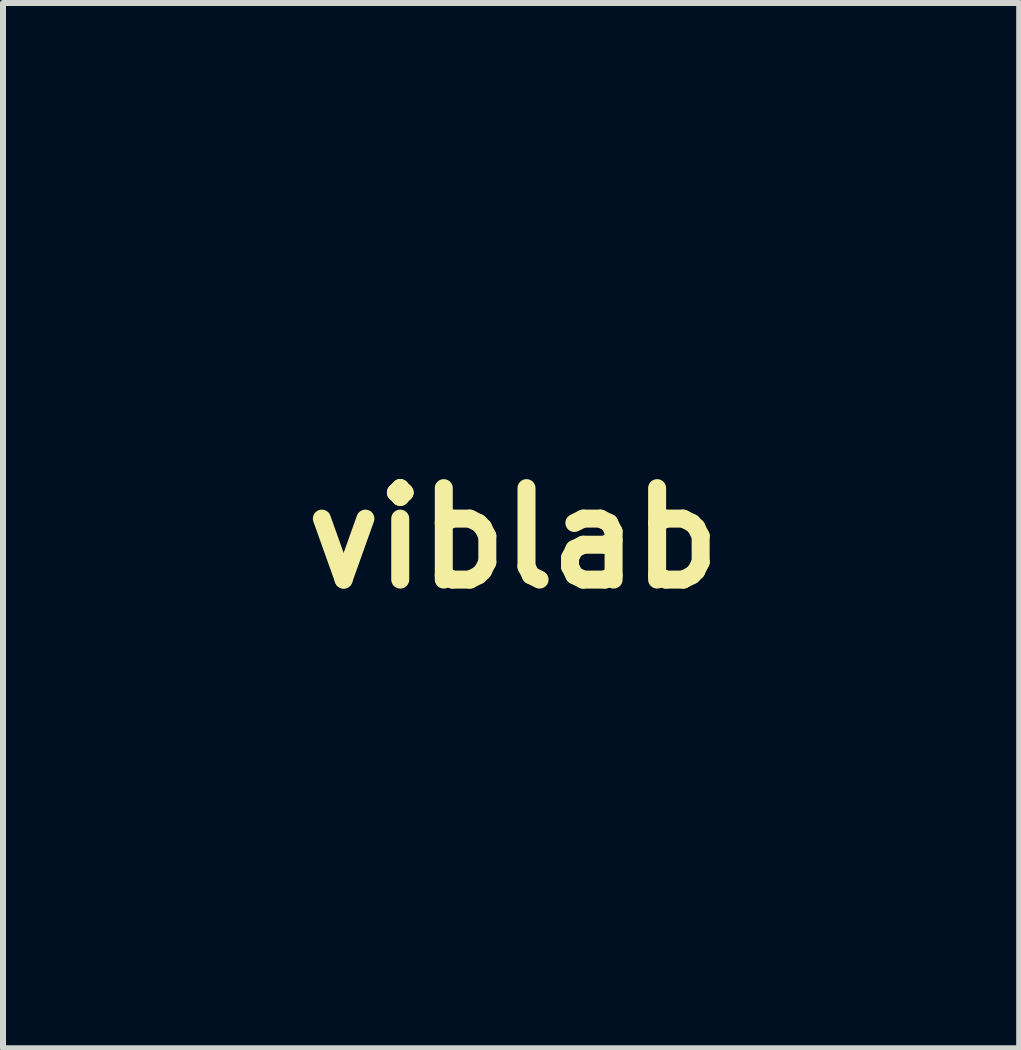
<source format=kicad_pcb>
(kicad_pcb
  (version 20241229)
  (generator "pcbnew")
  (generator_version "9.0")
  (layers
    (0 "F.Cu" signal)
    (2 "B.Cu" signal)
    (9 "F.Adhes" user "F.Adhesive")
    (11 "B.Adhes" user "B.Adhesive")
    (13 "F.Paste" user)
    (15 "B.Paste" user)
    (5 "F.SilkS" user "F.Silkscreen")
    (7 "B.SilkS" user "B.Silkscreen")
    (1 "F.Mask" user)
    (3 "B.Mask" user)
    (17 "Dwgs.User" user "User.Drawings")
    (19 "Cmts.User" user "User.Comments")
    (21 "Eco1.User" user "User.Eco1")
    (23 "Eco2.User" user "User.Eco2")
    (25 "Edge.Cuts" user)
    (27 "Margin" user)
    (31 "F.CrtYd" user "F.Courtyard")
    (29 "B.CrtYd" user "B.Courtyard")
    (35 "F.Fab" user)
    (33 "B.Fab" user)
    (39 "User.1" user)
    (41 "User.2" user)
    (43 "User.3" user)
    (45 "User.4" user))
  (footprint "viblab"
    (layer "F.Cu")
    (at 5.508 5.921)
    (property "Reference" "viblab" (at 0 0 0) (layer "F.SilkS") (effects (font (size 1.524 1.524) (thickness 0.3))))
    (attr through_hole)
    (fp_poly (pts (xy -4.916 -1.275) (xy -4.841 -1.131) (xy -4.843 -1.069) (xy -4.927 -0.922) (xy -5.08 -0.857) (xy -5.234 -0.888) (xy -5.304 -0.974) (xy -5.294 -1.143) (xy -5.234 -1.237) (xy -5.067 -1.319) (xy -4.916 -1.275)) (stroke (width 0.01) (type solid)) (fill yes) (layer "F.Mask"))
    (fp_poly (pts (xy -4.868 0.604) (xy -4.789 0.636) (xy -4.826 0.677) (xy -4.988 0.735) (xy -5.196 0.758) (xy -5.387 0.746) (xy -5.496 0.698) (xy -5.503 0.677) (xy -5.427 0.628) (xy -5.234 0.598) (xy -5.101 0.594) (xy -4.868 0.604)) (stroke (width 0.01) (type solid)) (fill yes) (layer "F.Mask"))
    (fp_poly (pts (xy 5.159 -1.309) (xy 5.219 -1.252) (xy 5.31 -1.078) (xy 5.268 -0.925) (xy 5.11 -0.848) (xy 5.08 -0.847) (xy 4.915 -0.904) (xy 4.854 -0.98) (xy 4.867 -1.139) (xy 4.941 -1.252) (xy 5.06 -1.346) (xy 5.159 -1.309)) (stroke (width 0.01) (type solid)) (fill yes) (layer "F.Mask"))
    (fp_poly (pts (xy 1.42 4.553) (xy 1.489 4.686) (xy 1.517 4.763) (xy 1.576 4.993) (xy 1.592 5.163) (xy 1.587 5.187) (xy 1.543 5.184) (xy 1.474 5.051) (xy 1.446 4.973) (xy 1.387 4.743) (xy 1.372 4.573) (xy 1.376 4.55) (xy 1.42 4.553)) (stroke (width 0.01) (type solid)) (fill yes) (layer "F.Mask"))
    (fp_poly (pts (xy 4.806 1.627) (xy 5.005 1.742) (xy 5.131 1.816) (xy 5.149 1.827) (xy 5.121 1.879) (xy 5.106 1.889) (xy 4.988 1.884) (xy 4.825 1.817) (xy 4.615 1.746) (xy 4.459 1.747) (xy 4.354 1.762) (xy 4.365 1.682) (xy 4.397 1.62) (xy 4.49 1.446) (xy 4.806 1.627)) (stroke (width 0.01) (type solid)) (fill yes) (layer "F.Mask"))
    (fp_poly (pts (xy -4.741 0.075) (xy -4.814 0.145) (xy -4.974 0.173) (xy -5.207 0.177) (xy -4.699 0.41) (xy -4.995 0.41) (xy -5.227 0.398) (xy -5.39 0.37) (xy -5.397 0.367) (xy -5.499 0.267) (xy -5.473 0.151) (xy -5.34 0.085) (xy -5.313 0.084) (xy -5.068 0.059) (xy -4.932 0.031) (xy -4.78 0.024) (xy -4.741 0.075)) (stroke (width 0.01) (type solid)) (fill yes) (layer "F.Mask"))
    (fp_poly (pts (xy 2.616 3.978) (xy 2.752 4.112) (xy 2.788 4.158) (xy 2.949 4.324) (xy 3.085 4.373) (xy 3.098 4.369) (xy 3.202 4.367) (xy 3.198 4.45) (xy 3.1 4.564) (xy 3.006 4.597) (xy 2.891 4.526) (xy 2.72 4.332) (xy 2.716 4.327) (xy 2.579 4.129) (xy 2.516 3.987) (xy 2.524 3.947) (xy 2.616 3.978)) (stroke (width 0.01) (type solid)) (fill yes) (layer "F.Mask"))
    (fp_poly (pts (xy 4.803 0.053) (xy 5.023 0.095) (xy 5.125 0.12) (xy 5.351 0.192) (xy 5.425 0.249) (xy 5.341 0.301) (xy 5.095 0.354) (xy 4.953 0.376) (xy 4.748 0.402) (xy 4.686 0.388) (xy 4.744 0.325) (xy 4.765 0.308) (xy 4.867 0.213) (xy 4.832 0.159) (xy 4.774 0.135) (xy 4.652 0.074) (xy 4.671 0.047) (xy 4.803 0.053)) (stroke (width 0.01) (type solid)) (fill yes) (layer "F.Mask"))
    (fp_poly (pts (xy 1.333 -5.718) (xy 1.369 -5.685) (xy 1.375 -5.603) (xy 1.35 -5.44) (xy 1.292 -5.166) (xy 1.232 -4.889) (xy 1.136 -4.511) (xy 1.045 -4.294) (xy 0.968 -4.233) (xy 0.859 -4.292) (xy 0.847 -4.339) (xy 0.864 -4.468) (xy 0.911 -4.713) (xy 0.978 -5.028) (xy 0.995 -5.103) (xy 1.081 -5.45) (xy 1.157 -5.652) (xy 1.231 -5.732) (xy 1.27 -5.733) (xy 1.333 -5.718)) (stroke (width 0.01) (type solid)) (fill yes) (layer "F.Mask"))
    (fp_poly (pts (xy -4.554 -3.743) (xy -4.364 -3.631) (xy -4.124 -3.46) (xy -3.87 -3.258) (xy -3.639 -3.055) (xy -3.466 -2.879) (xy -3.388 -2.759) (xy -3.387 -2.748) (xy -3.401 -2.661) (xy -3.458 -2.642) (xy -3.58 -2.701) (xy -3.788 -2.848) (xy -4.103 -3.095) (xy -4.106 -3.098) (xy -4.419 -3.351) (xy -4.614 -3.524) (xy -4.708 -3.636) (xy -4.717 -3.71) (xy -4.661 -3.765) (xy -4.658 -3.767) (xy -4.554 -3.743)) (stroke (width 0.01) (type solid)) (fill yes) (layer "F.Mask"))
    (fp_poly (pts (xy -1.391 4.545) (xy -1.358 4.722) (xy -1.355 4.861) (xy -1.371 5.091) (xy -1.413 5.23) (xy -1.439 5.249) (xy -1.522 5.187) (xy -1.524 5.167) (xy -1.587 5.123) (xy -1.666 5.14) (xy -1.766 5.151) (xy -1.75 5.045) (xy -1.702 4.901) (xy -1.693 4.856) (xy -1.64 4.85) (xy -1.624 4.859) (xy -1.571 4.825) (xy -1.56 4.725) (xy -1.521 4.565) (xy -1.46 4.51) (xy -1.391 4.545)) (stroke (width 0.01) (type solid)) (fill yes) (layer "F.Mask"))
    (fp_poly (pts (xy 3.426 -4.734) (xy 3.317 -4.532) (xy 3.094 -4.23) (xy 2.893 -3.969) (xy 2.785 -3.804) (xy 2.755 -3.697) (xy 2.79 -3.611) (xy 2.842 -3.55) (xy 2.943 -3.391) (xy 2.917 -3.309) (xy 2.793 -3.314) (xy 2.601 -3.418) (xy 2.566 -3.444) (xy 2.295 -3.656) (xy 2.728 -4.206) (xy 2.942 -4.468) (xy 3.129 -4.674) (xy 3.257 -4.79) (xy 3.277 -4.802) (xy 3.413 -4.823) (xy 3.426 -4.734)) (stroke (width 0.01) (type solid)) (fill yes) (layer "F.Mask"))
    (fp_poly (pts (xy 2.292 4.19) (xy 2.322 4.274) (xy 2.224 4.341) (xy 2.146 4.377) (xy 2.212 4.431) (xy 2.299 4.469) (xy 2.519 4.595) (xy 2.6 4.724) (xy 2.53 4.834) (xy 2.362 4.905) (xy 2.256 4.845) (xy 2.244 4.826) (xy 2.267 4.755) (xy 2.345 4.738) (xy 2.416 4.717) (xy 2.342 4.652) (xy 2.265 4.608) (xy 2.113 4.478) (xy 2.037 4.324) (xy 2.05 4.197) (xy 2.154 4.149) (xy 2.292 4.19)) (stroke (width 0.01) (type solid)) (fill yes) (layer "F.Mask"))
    (fp_poly (pts (xy -3.4 3.229) (xy -3.419 3.349) (xy -3.41 3.425) (xy -3.323 3.409) (xy -3.25 3.399) (xy -3.277 3.479) (xy -3.366 3.612) (xy -3.579 3.877) (xy -3.741 4.012) (xy -3.836 4.01) (xy -3.842 3.904) (xy -3.793 3.778) (xy -3.735 3.656) (xy -3.775 3.664) (xy -3.841 3.716) (xy -3.983 3.806) (xy -4.034 3.781) (xy -3.998 3.671) (xy -3.877 3.502) (xy -3.812 3.431) (xy -3.617 3.262) (xy -3.471 3.193) (xy -3.4 3.229)) (stroke (width 0.01) (type solid)) (fill yes) (layer "F.Mask"))
    (fp_poly (pts (xy -0.786 4.686) (xy -0.762 4.799) (xy -0.788 4.884) (xy -0.879 4.834) (xy -0.969 4.796) (xy -1.023 4.893) (xy -1.041 4.972) (xy -1.06 5.18) (xy -1.021 5.252) (xy -0.931 5.175) (xy -0.922 5.162) (xy -0.861 5.093) (xy -0.86 5.176) (xy -0.863 5.2) (xy -0.937 5.357) (xy -1.057 5.402) (xy -1.127 5.364) (xy -1.18 5.216) (xy -1.18 4.993) (xy -1.132 4.776) (xy -1.062 4.66) (xy -0.901 4.602) (xy -0.786 4.686)) (stroke (width 0.01) (type solid)) (fill yes) (layer "F.Mask"))
    (fp_poly (pts (xy 1.873 4.46) (xy 1.944 4.562) (xy 1.892 4.566) (xy 1.841 4.548) (xy 1.724 4.527) (xy 1.711 4.603) (xy 1.802 4.794) (xy 1.82 4.826) (xy 1.905 4.959) (xy 1.939 4.95) (xy 1.944 4.873) (xy 1.97 4.765) (xy 2.042 4.802) (xy 2.094 4.934) (xy 2.079 4.988) (xy 1.952 5.071) (xy 1.8 5.057) (xy 1.743 5.008) (xy 1.617 4.738) (xy 1.59 4.519) (xy 1.644 4.408) (xy 1.765 4.37) (xy 1.873 4.46)) (stroke (width 0.01) (type solid)) (fill yes) (layer "F.Mask"))
    (fp_poly (pts (xy 3.288 3.721) (xy 3.348 3.765) (xy 3.544 3.937) (xy 3.635 4.067) (xy 3.609 4.13) (xy 3.535 4.128) (xy 3.451 4.169) (xy 3.45 4.212) (xy 3.441 4.315) (xy 3.359 4.289) (xy 3.223 4.149) (xy 3.103 3.983) (xy 3.078 3.937) (xy 3.217 3.937) (xy 3.26 3.979) (xy 3.302 3.937) (xy 3.26 3.895) (xy 3.217 3.937) (xy 3.078 3.937) (xy 2.972 3.741) (xy 2.966 3.61) (xy 3.074 3.601) (xy 3.288 3.721)) (stroke (width 0.01) (type solid)) (fill yes) (layer "F.Mask"))
    (fp_poly (pts (xy -1.908 4.348) (xy -1.884 4.533) (xy -1.968 4.761) (xy -1.985 4.788) (xy -2.145 4.952) (xy -2.305 4.992) (xy -2.409 4.916) (xy -2.413 4.781) (xy -2.408 4.767) (xy -2.234 4.767) (xy -2.213 4.826) (xy -2.131 4.758) (xy -2.047 4.614) (xy -1.999 4.462) (xy -2.02 4.403) (xy -2.102 4.471) (xy -2.186 4.614) (xy -2.234 4.767) (xy -2.408 4.767) (xy -2.342 4.589) (xy -2.227 4.399) (xy -2.105 4.272) (xy -2.037 4.253) (xy -1.908 4.348)) (stroke (width 0.01) (type solid)) (fill yes) (layer "F.Mask"))
    (fp_poly (pts (xy 0.223 4.729) (xy 0.24 4.907) (xy 0.231 5.129) (xy 0.197 5.334) (xy 0.144 5.462) (xy 0.124 5.477) (xy -0.005 5.449) (xy -0.067 5.403) (xy -0.133 5.257) (xy -0.168 5.023) (xy -0.169 4.961) (xy -0.149 4.755) (xy -0.1 4.701) (xy -0.04 4.787) (xy 0.012 5.003) (xy 0.023 5.08) (xy 0.045 5.252) (xy 0.057 5.273) (xy 0.066 5.137) (xy 0.071 5.016) (xy 0.098 4.797) (xy 0.15 4.669) (xy 0.174 4.657) (xy 0.223 4.729)) (stroke (width 0.01) (type solid)) (fill yes) (layer "F.Mask"))
    (fp_poly (pts (xy 4.537 1.997) (xy 4.654 2.031) (xy 4.865 2.12) (xy 4.987 2.208) (xy 4.996 2.27) (xy 4.917 2.286) (xy 4.829 2.354) (xy 4.811 2.402) (xy 4.756 2.451) (xy 4.619 2.4) (xy 4.463 2.304) (xy 4.374 2.23) (xy 4.6 2.23) (xy 4.612 2.28) (xy 4.657 2.286) (xy 4.726 2.255) (xy 4.713 2.23) (xy 4.613 2.219) (xy 4.6 2.23) (xy 4.374 2.23) (xy 4.259 2.135) (xy 4.211 2.017) (xy 4.307 1.966) (xy 4.537 1.997)) (stroke (width 0.01) (type solid)) (fill yes) (layer "F.Mask"))
    (fp_poly (pts (xy -4.325 1.82) (xy -4.319 1.884) (xy -4.385 1.993) (xy -4.549 2.135) (xy -4.614 2.18) (xy -4.836 2.318) (xy -4.945 2.361) (xy -4.964 2.315) (xy -4.941 2.244) (xy -4.945 2.135) (xy -4.986 2.117) (xy -5.086 2.088) (xy -5.079 2.074) (xy -4.826 2.074) (xy -4.784 2.117) (xy -4.741 2.074) (xy -4.784 2.032) (xy -4.826 2.074) (xy -5.079 2.074) (xy -5.052 2.019) (xy -4.91 1.934) (xy -4.753 1.876) (xy -4.502 1.805) (xy -4.372 1.786) (xy -4.325 1.82)) (stroke (width 0.01) (type solid)) (fill yes) (layer "F.Mask"))
    (fp_poly (pts (xy -2.823 3.753) (xy -2.816 3.862) (xy -2.874 4.048) (xy -2.971 4.246) (xy -3.079 4.392) (xy -3.09 4.402) (xy -3.195 4.437) (xy -3.249 4.357) (xy -3.333 4.268) (xy -3.386 4.275) (xy -3.465 4.272) (xy -3.471 4.243) (xy -3.412 4.143) (xy -3.373 4.106) (xy -3.133 4.106) (xy -3.09 4.149) (xy -3.048 4.106) (xy -3.09 4.064) (xy -3.133 4.106) (xy -3.373 4.106) (xy -3.266 4.006) (xy -3.086 3.869) (xy -2.922 3.771) (xy -2.825 3.751) (xy -2.823 3.753)) (stroke (width 0.01) (type solid)) (fill yes) (layer "F.Mask"))
    (fp_poly (pts (xy 4.858 1.062) (xy 5.114 1.151) (xy 5.275 1.274) (xy 5.309 1.406) (xy 5.297 1.431) (xy 5.158 1.513) (xy 4.942 1.507) (xy 4.713 1.417) (xy 4.679 1.395) (xy 4.539 1.241) (xy 4.543 1.2) (xy 4.657 1.2) (xy 4.72 1.256) (xy 4.741 1.27) (xy 4.934 1.338) (xy 5.038 1.347) (xy 5.207 1.343) (xy 5.038 1.27) (xy 4.84 1.207) (xy 4.741 1.193) (xy 4.657 1.2) (xy 4.543 1.2) (xy 4.55 1.115) (xy 4.691 1.051) (xy 4.858 1.062)) (stroke (width 0.01) (type solid)) (fill yes) (layer "F.Mask"))
    (fp_poly (pts (xy -3.811 2.9) (xy -3.677 2.979) (xy -3.675 3.118) (xy -3.795 3.282) (xy -3.921 3.377) (xy -4.145 3.507) (xy -4.271 3.545) (xy -4.341 3.495) (xy -4.377 3.415) (xy -4.372 3.384) (xy -4.187 3.384) (xy -4.177 3.387) (xy -4.06 3.33) (xy -3.937 3.217) (xy -3.826 3.064) (xy -3.834 3.008) (xy -3.935 3.057) (xy -4.064 3.175) (xy -4.173 3.314) (xy -4.187 3.384) (xy -4.372 3.384) (xy -4.352 3.276) (xy -4.224 3.112) (xy -4.045 2.971) (xy -3.867 2.899) (xy -3.811 2.9)) (stroke (width 0.01) (type solid)) (fill yes) (layer "F.Mask"))
    (fp_poly (pts (xy -0.34 4.742) (xy -0.28 4.899) (xy -0.269 4.98) (xy -0.284 5.211) (xy -0.358 5.393) (xy -0.463 5.496) (xy -0.572 5.489) (xy -0.644 5.384) (xy -0.668 5.221) (xy -0.665 5.08) (xy -0.488 5.08) (xy -0.48 5.234) (xy -0.458 5.252) (xy -0.45 5.228) (xy -0.436 5.013) (xy -0.45 4.932) (xy -0.474 4.905) (xy -0.488 5.023) (xy -0.488 5.08) (xy -0.665 5.08) (xy -0.663 4.99) (xy -0.662 4.982) (xy -0.617 4.78) (xy -0.517 4.703) (xy -0.466 4.699) (xy -0.34 4.742)) (stroke (width 0.01) (type solid)) (fill yes) (layer "F.Mask"))
    (fp_poly (pts (xy 3.997 2.849) (xy 4.19 2.983) (xy 4.335 3.151) (xy 4.383 3.306) (xy 4.377 3.331) (xy 4.274 3.452) (xy 4.106 3.43) (xy 3.873 3.275) (xy 3.704 3.09) (xy 3.646 2.929) (xy 3.817 2.929) (xy 3.839 3.009) (xy 3.962 3.136) (xy 3.968 3.14) (xy 4.148 3.272) (xy 4.213 3.289) (xy 4.158 3.196) (xy 4.064 3.091) (xy 3.919 2.962) (xy 3.824 2.924) (xy 3.817 2.929) (xy 3.646 2.929) (xy 3.645 2.926) (xy 3.702 2.818) (xy 3.805 2.794) (xy 3.997 2.849)) (stroke (width 0.01) (type solid)) (fill yes) (layer "F.Mask"))
    (fp_poly (pts (xy -4.559 1.373) (xy -4.497 1.513) (xy -4.555 1.604) (xy -4.72 1.676) (xy -4.946 1.76) (xy -5.101 1.821) (xy -5.225 1.832) (xy -5.249 1.787) (xy -5.181 1.704) (xy -5.122 1.693) (xy -5.01 1.652) (xy -4.995 1.617) (xy -5.065 1.571) (xy -5.186 1.576) (xy -5.228 1.567) (xy -5.135 1.505) (xy -5.089 1.482) (xy -4.741 1.482) (xy -4.699 1.524) (xy -4.657 1.482) (xy -4.699 1.439) (xy -4.741 1.482) (xy -5.089 1.482) (xy -5.002 1.439) (xy -4.761 1.34) (xy -4.625 1.323) (xy -4.559 1.373)) (stroke (width 0.01) (type solid)) (fill yes) (layer "F.Mask"))
    (fp_poly (pts (xy -2.502 3.972) (xy -2.474 4.132) (xy -2.49 4.216) (xy -2.508 4.297) (xy -2.449 4.242) (xy -2.413 4.196) (xy -2.317 4.1) (xy -2.286 4.129) (xy -2.317 4.252) (xy -2.404 4.44) (xy -2.462 4.541) (xy -2.602 4.75) (xy -2.683 4.821) (xy -2.718 4.766) (xy -2.719 4.763) (xy -2.72 4.633) (xy -2.712 4.53) (xy -2.696 4.36) (xy -2.827 4.53) (xy -2.928 4.637) (xy -2.957 4.617) (xy -2.918 4.495) (xy -2.817 4.293) (xy -2.763 4.201) (xy -2.619 4.001) (xy -2.523 3.953) (xy -2.502 3.972)) (stroke (width 0.01) (type solid)) (fill yes) (layer "F.Mask"))
    (fp_poly (pts (xy 0.396 -5.91) (xy 0.651 -5.87) (xy 0.8 -5.803) (xy 0.824 -5.725) (xy 0.703 -5.655) (xy 0.681 -5.649) (xy 0.578 -5.597) (xy 0.526 -5.479) (xy 0.508 -5.251) (xy 0.507 -5.151) (xy 0.488 -4.726) (xy 0.435 -4.449) (xy 0.35 -4.327) (xy 0.235 -4.365) (xy 0.228 -4.372) (xy 0.208 -4.477) (xy 0.206 -4.705) (xy 0.223 -5.007) (xy 0.226 -5.05) (xy 0.249 -5.372) (xy 0.246 -5.56) (xy 0.213 -5.649) (xy 0.145 -5.673) (xy 0.139 -5.673) (xy 0.019 -5.737) (xy 0 -5.804) (xy 0.036 -5.885) (xy 0.17 -5.916) (xy 0.396 -5.91)) (stroke (width 0.01) (type solid)) (fill yes) (layer "F.Mask"))
    (fp_poly (pts (xy 5.278 0.613) (xy 5.404 0.664) (xy 5.398 0.727) (xy 5.243 0.784) (xy 5.228 0.787) (xy 5.038 0.824) (xy 5.228 0.835) (xy 5.377 0.876) (xy 5.419 0.931) (xy 5.342 0.993) (xy 5.123 0.997) (xy 4.847 0.956) (xy 4.688 0.862) (xy 4.657 0.756) (xy 4.664 0.729) (xy 4.77 0.729) (xy 4.784 0.762) (xy 4.86 0.843) (xy 4.873 0.847) (xy 4.91 0.781) (xy 4.911 0.762) (xy 4.846 0.681) (xy 4.821 0.677) (xy 4.77 0.729) (xy 4.664 0.729) (xy 4.684 0.654) (xy 4.793 0.605) (xy 5.026 0.593) (xy 5.038 0.593) (xy 5.278 0.613)) (stroke (width 0.01) (type solid)) (fill yes) (layer "F.Mask"))
    (fp_poly (pts (xy -4.858 -3.249) (xy -4.679 -3.11) (xy -4.45 -2.918) (xy -4.206 -2.704) (xy -3.982 -2.499) (xy -3.816 -2.335) (xy -3.743 -2.243) (xy -3.743 -2.242) (xy -3.778 -2.109) (xy -3.828 -2.052) (xy -3.936 -2.023) (xy -4.132 -2.061) (xy -4.441 -2.171) (xy -4.587 -2.23) (xy -4.947 -2.382) (xy -5.172 -2.489) (xy -5.289 -2.567) (xy -5.322 -2.633) (xy -5.297 -2.7) (xy -5.262 -2.741) (xy -5.199 -2.749) (xy -5.077 -2.717) (xy -4.864 -2.636) (xy -4.53 -2.5) (xy -4.191 -2.36) (xy -4.593 -2.711) (xy -4.816 -2.929) (xy -4.961 -3.119) (xy -5.011 -3.252) (xy -4.95 -3.302) (xy -4.858 -3.249)) (stroke (width 0.01) (type solid)) (fill yes) (layer "F.Mask"))
    (fp_poly (pts (xy -4.2 2.142) (xy -4.119 2.266) (xy -4.099 2.328) (xy -4.033 2.487) (xy -3.97 2.54) (xy -3.892 2.579) (xy -3.95 2.684) (xy -4.131 2.84) (xy -4.232 2.91) (xy -4.469 3.061) (xy -4.599 3.123) (xy -4.651 3.107) (xy -4.656 3.069) (xy -4.59 2.988) (xy -4.427 2.861) (xy -4.35 2.808) (xy -4.158 2.66) (xy -4.113 2.554) (xy -4.135 2.52) (xy -4.259 2.486) (xy -4.446 2.575) (xy -4.632 2.667) (xy -4.768 2.684) (xy -4.769 2.625) (xy -4.65 2.523) (xy -4.594 2.488) (xy -4.414 2.358) (xy -4.322 2.241) (xy -4.319 2.223) (xy -4.281 2.121) (xy -4.2 2.142)) (stroke (width 0.01) (type solid)) (fill yes) (layer "F.Mask"))
    (fp_poly (pts (xy -4.722 0.866) (xy -4.663 0.943) (xy -4.657 1.008) (xy -4.73 1.144) (xy -4.907 1.262) (xy -5.12 1.333) (xy -5.305 1.331) (xy -5.362 1.298) (xy -5.43 1.142) (xy -5.409 1.101) (xy -5.207 1.101) (xy -5.2 1.179) (xy -5.17 1.185) (xy -5.083 1.124) (xy -5.08 1.101) (xy -5.095 1.058) (xy -4.911 1.058) (xy -4.868 1.101) (xy -4.826 1.058) (xy -4.868 1.016) (xy -4.911 1.058) (xy -5.095 1.058) (xy -5.109 1.018) (xy -5.117 1.016) (xy -5.19 1.075) (xy -5.207 1.101) (xy -5.409 1.101) (xy -5.354 0.994) (xy -5.16 0.901) (xy -5.154 0.9) (xy -4.874 0.855) (xy -4.722 0.866)) (stroke (width 0.01) (type solid)) (fill yes) (layer "F.Mask"))
    (fp_poly (pts (xy 4.368 2.466) (xy 4.45 2.506) (xy 4.65 2.635) (xy 4.734 2.731) (xy 4.692 2.774) (xy 4.551 2.753) (xy 4.421 2.724) (xy 4.442 2.764) (xy 4.508 2.82) (xy 4.636 2.954) (xy 4.641 3.036) (xy 4.592 3.048) (xy 4.488 3.004) (xy 4.302 2.893) (xy 4.211 2.833) (xy 4.02 2.687) (xy 3.908 2.567) (xy 3.895 2.534) (xy 3.911 2.507) (xy 4.093 2.507) (xy 4.106 2.54) (xy 4.218 2.622) (xy 4.243 2.625) (xy 4.289 2.572) (xy 4.276 2.54) (xy 4.164 2.458) (xy 4.139 2.455) (xy 4.093 2.507) (xy 3.911 2.507) (xy 3.961 2.425) (xy 4.133 2.401) (xy 4.368 2.466)) (stroke (width 0.01) (type solid)) (fill yes) (layer "F.Mask"))
    (fp_poly (pts (xy 3.716 3.304) (xy 3.883 3.45) (xy 3.988 3.613) (xy 3.989 3.754) (xy 3.977 3.77) (xy 3.883 3.864) (xy 3.792 3.873) (xy 3.658 3.785) (xy 3.493 3.639) (xy 3.459 3.608) (xy 3.669 3.608) (xy 3.683 3.641) (xy 3.795 3.722) (xy 3.82 3.725) (xy 3.866 3.673) (xy 3.852 3.641) (xy 3.74 3.559) (xy 3.715 3.556) (xy 3.669 3.608) (xy 3.459 3.608) (xy 3.305 3.462) (xy 3.254 3.387) (xy 3.471 3.387) (xy 3.502 3.456) (xy 3.528 3.443) (xy 3.538 3.343) (xy 3.528 3.33) (xy 3.477 3.342) (xy 3.471 3.387) (xy 3.254 3.387) (xy 3.234 3.358) (xy 3.268 3.288) (xy 3.373 3.225) (xy 3.531 3.216) (xy 3.716 3.304)) (stroke (width 0.01) (type solid)) (fill yes) (layer "F.Mask"))
    (fp_poly (pts (xy 1.144 4.599) (xy 1.153 4.64) (xy 1.143 4.76) (xy 1.171 4.971) (xy 1.182 5.021) (xy 1.209 5.249) (xy 1.174 5.329) (xy 1.103 5.252) (xy 1.034 5.059) (xy 0.954 4.861) (xy 0.822 4.786) (xy 0.746 4.78) (xy 0.529 4.776) (xy 0.698 5.005) (xy 0.797 5.185) (xy 0.813 5.318) (xy 0.809 5.326) (xy 0.674 5.412) (xy 0.511 5.387) (xy 0.48 5.362) (xy 0.419 5.251) (xy 0.467 5.207) (xy 0.55 5.249) (xy 0.655 5.313) (xy 0.669 5.268) (xy 0.599 5.147) (xy 0.499 5.028) (xy 0.388 4.849) (xy 0.402 4.718) (xy 0.53 4.672) (xy 0.602 4.684) (xy 0.755 4.684) (xy 0.809 4.649) (xy 0.924 4.585) (xy 1.026 4.572) (xy 1.144 4.599)) (stroke (width 0.01) (type solid)) (fill yes) (layer "F.Mask"))
    (fp_poly (pts (xy -0.445 -5.835) (xy -0.359 -5.688) (xy -0.378 -5.526) (xy -0.431 -5.423) (xy -0.496 -5.46) (xy -0.545 -5.525) (xy -0.673 -5.657) (xy -0.746 -5.63) (xy -0.762 -5.509) (xy -0.697 -5.353) (xy -0.539 -5.187) (xy -0.513 -5.168) (xy -0.272 -4.931) (xy -0.197 -4.683) (xy -0.252 -4.491) (xy -0.409 -4.354) (xy -0.625 -4.324) (xy -0.821 -4.412) (xy -0.83 -4.42) (xy -0.909 -4.561) (xy -0.928 -4.718) (xy -0.881 -4.818) (xy -0.851 -4.826) (xy -0.747 -4.761) (xy -0.693 -4.687) (xy -0.581 -4.598) (xy -0.511 -4.612) (xy -0.486 -4.696) (xy -0.584 -4.854) (xy -0.7 -4.984) (xy -0.929 -5.25) (xy -1.035 -5.451) (xy -1.03 -5.621) (xy -0.962 -5.748) (xy -0.796 -5.883) (xy -0.608 -5.906) (xy -0.445 -5.835)) (stroke (width 0.01) (type solid)) (fill yes) (layer "F.Mask"))
    (fp_poly (pts (xy 2.084 -5.51) (xy 2.165 -5.465) (xy 2.329 -5.331) (xy 2.362 -5.191) (xy 2.319 -5.045) (xy 2.223 -4.926) (xy 2.111 -4.916) (xy 2.05 -5.005) (xy 2.057 -5.08) (xy 2.06 -5.244) (xy 1.986 -5.299) (xy 1.881 -5.227) (xy 1.794 -5.071) (xy 1.702 -4.839) (xy 1.626 -4.59) (xy 1.583 -4.383) (xy 1.587 -4.285) (xy 1.662 -4.29) (xy 1.78 -4.406) (xy 1.785 -4.412) (xy 1.895 -4.542) (xy 1.956 -4.542) (xy 1.995 -4.462) (xy 1.984 -4.272) (xy 1.902 -4.146) (xy 1.744 -4.006) (xy 1.61 -4.008) (xy 1.446 -4.142) (xy 1.333 -4.363) (xy 1.357 -4.626) (xy 1.442 -4.784) (xy 1.502 -4.921) (xy 1.562 -5.135) (xy 1.563 -5.144) (xy 1.676 -5.41) (xy 1.857 -5.536) (xy 2.084 -5.51)) (stroke (width 0.01) (type solid)) (fill yes) (layer "F.Mask"))
    (fp_poly (pts (xy -1.629 -5.632) (xy -1.609 -5.558) (xy -1.568 -5.416) (xy -1.462 -5.189) (xy -1.364 -5.012) (xy -1.163 -4.647) (xy -1.061 -4.404) (xy -1.056 -4.27) (xy -1.132 -4.233) (xy -1.279 -4.283) (xy -1.312 -4.318) (xy -1.432 -4.407) (xy -1.551 -4.361) (xy -1.608 -4.205) (xy -1.609 -4.191) (xy -1.626 -4.01) (xy -1.672 -3.976) (xy -1.735 -4.075) (xy -1.802 -4.289) (xy -1.856 -4.551) (xy -1.912 -4.882) (xy -1.924 -4.946) (xy -1.688 -4.946) (xy -1.668 -4.777) (xy -1.637 -4.713) (xy -1.561 -4.678) (xy -1.555 -4.772) (xy -1.601 -4.92) (xy -1.661 -5.053) (xy -1.683 -5.034) (xy -1.688 -4.946) (xy -1.924 -4.946) (xy -1.965 -5.177) (xy -1.998 -5.355) (xy -2.007 -5.523) (xy -1.961 -5.588) (xy -1.812 -5.616) (xy -1.743 -5.639) (xy -1.629 -5.632)) (stroke (width 0.01) (type solid)) (fill yes) (layer "F.Mask"))
    (fp_poly (pts (xy 4.401 -3.994) (xy 4.454 -3.841) (xy 4.431 -3.697) (xy 4.332 -3.559) (xy 4.167 -3.356) (xy 3.968 -3.126) (xy 3.768 -2.904) (xy 3.598 -2.727) (xy 3.492 -2.632) (xy 3.477 -2.625) (xy 3.364 -2.676) (xy 3.359 -2.68) (xy 3.357 -2.782) (xy 3.398 -2.85) (xy 3.438 -2.988) (xy 3.378 -3.113) (xy 3.264 -3.168) (xy 3.177 -3.134) (xy 3.045 -3.097) (xy 2.966 -3.19) (xy 2.963 -3.223) (xy 3.03 -3.292) (xy 3.556 -3.292) (xy 3.603 -3.22) (xy 3.73 -3.278) (xy 3.895 -3.429) (xy 4.011 -3.568) (xy 4.04 -3.639) (xy 4.033 -3.641) (xy 3.908 -3.594) (xy 3.743 -3.487) (xy 3.604 -3.367) (xy 3.556 -3.292) (xy 3.03 -3.292) (xy 3.03 -3.292) (xy 3.205 -3.421) (xy 3.447 -3.583) (xy 3.717 -3.753) (xy 3.975 -3.906) (xy 4.182 -4.019) (xy 4.297 -4.064) (xy 4.299 -4.064) (xy 4.401 -3.994)) (stroke (width 0.01) (type solid)) (fill yes) (layer "F.Mask"))
    (fp_poly (pts (xy -2.567 -5.092) (xy -2.428 -4.917) (xy -2.373 -4.72) (xy -2.334 -4.594) (xy -2.293 -4.572) (xy -2.204 -4.506) (xy -2.075 -4.342) (xy -2.028 -4.269) (xy -1.915 -4.055) (xy -1.904 -3.923) (xy -1.942 -3.867) (xy -2.045 -3.818) (xy -2.116 -3.895) (xy -2.285 -4.15) (xy -2.422 -4.289) (xy -2.504 -4.297) (xy -2.524 -4.224) (xy -2.482 -4.081) (xy -2.367 -3.834) (xy -2.306 -3.715) (xy -2.347 -3.644) (xy -2.406 -3.613) (xy -2.501 -3.638) (xy -2.633 -3.785) (xy -2.813 -4.069) (xy -2.896 -4.214) (xy -3.062 -4.511) (xy -3.193 -4.75) (xy -3.221 -4.801) (xy -2.879 -4.801) (xy -2.838 -4.668) (xy -2.75 -4.565) (xy -2.665 -4.539) (xy -2.639 -4.572) (xy -2.639 -4.727) (xy -2.656 -4.786) (xy -2.746 -4.895) (xy -2.842 -4.892) (xy -2.879 -4.801) (xy -3.221 -4.801) (xy -3.271 -4.893) (xy -3.283 -4.915) (xy -3.235 -4.982) (xy -3.085 -5.065) (xy -2.898 -5.136) (xy -2.736 -5.165) (xy -2.567 -5.092)) (stroke (width 0.01) (type solid)) (fill yes) (layer "F.Mask"))
    (fp_poly (pts (xy -3.477 -4.379) (xy -3.389 -4.182) (xy -3.387 -4.132) (xy -3.319 -4.003) (xy -3.222 -3.979) (xy -3.048 -3.907) (xy -2.889 -3.735) (xy -2.799 -3.525) (xy -2.794 -3.467) (xy -2.848 -3.336) (xy -2.974 -3.167) (xy -3.119 -3.022) (xy -3.227 -2.963) (xy -3.297 -3.022) (xy -3.452 -3.18) (xy -3.665 -3.409) (xy -3.788 -3.545) (xy -3.899 -3.669) (xy -3.471 -3.669) (xy -3.421 -3.569) (xy -3.329 -3.455) (xy -3.187 -3.363) (xy -3.086 -3.389) (xy -3.074 -3.502) (xy -3.13 -3.595) (xy -3.259 -3.692) (xy -3.395 -3.727) (xy -3.47 -3.683) (xy -3.471 -3.669) (xy -3.899 -3.669) (xy -4.274 -4.088) (xy -3.887 -4.088) (xy -3.813 -3.957) (xy -3.688 -3.895) (xy -3.686 -3.895) (xy -3.571 -3.934) (xy -3.556 -3.969) (xy -3.611 -4.079) (xy -3.73 -4.18) (xy -3.841 -4.218) (xy -3.865 -4.207) (xy -3.887 -4.088) (xy -4.274 -4.088) (xy -4.309 -4.127) (xy -4.118 -4.307) (xy -3.883 -4.452) (xy -3.656 -4.472) (xy -3.477 -4.379)) (stroke (width 0.01) (type solid)) (fill yes) (layer "F.Mask"))
    (fp_poly (pts (xy 5.013 -3.047) (xy 5.125 -2.872) (xy 5.165 -2.748) (xy 5.093 -2.575) (xy 4.924 -2.429) (xy 4.735 -2.371) (xy 4.601 -2.317) (xy 4.572 -2.246) (xy 4.507 -2.144) (xy 4.355 -2.015) (xy 4.182 -1.908) (xy 4.053 -1.868) (xy 4.047 -1.869) (xy 3.957 -1.902) (xy 3.914 -1.919) (xy 3.801 -2.02) (xy 3.683 -2.2) (xy 3.644 -2.282) (xy 3.94 -2.282) (xy 4.069 -2.205) (xy 4.235 -2.252) (xy 4.312 -2.321) (xy 4.362 -2.449) (xy 4.324 -2.494) (xy 4.197 -2.504) (xy 4.048 -2.444) (xy 3.945 -2.352) (xy 3.94 -2.282) (xy 3.644 -2.282) (xy 3.624 -2.322) (xy 3.608 -2.414) (xy 3.658 -2.501) (xy 3.795 -2.608) (xy 3.97 -2.714) (xy 4.572 -2.714) (xy 4.623 -2.602) (xy 4.628 -2.597) (xy 4.725 -2.592) (xy 4.831 -2.673) (xy 4.873 -2.777) (xy 4.865 -2.8) (xy 4.764 -2.834) (xy 4.633 -2.794) (xy 4.572 -2.714) (xy 3.97 -2.714) (xy 4.04 -2.757) (xy 4.315 -2.917) (xy 4.862 -3.233) (xy 5.013 -3.047)) (stroke (width 0.01) (type solid)) (fill yes) (layer "F.Mask"))
    (fp_poly (pts (xy 0.892 -3.755) (xy 1.602 -3.48) (xy 2.269 -3.052) (xy 2.536 -2.824) (xy 3.089 -2.209) (xy 3.482 -1.537) (xy 3.717 -0.808) (xy 3.793 -0.02) (xy 3.78 0.296) (xy 3.642 1.031) (xy 3.351 1.726) (xy 2.922 2.361) (xy 2.373 2.912) (xy 1.717 3.358) (xy 1.562 3.439) (xy 1.229 3.592) (xy 0.943 3.687) (xy 0.634 3.741) (xy 0.229 3.771) (xy 0.208 3.772) (xy -0.375 3.777) (xy -0.844 3.721) (xy -1.016 3.68) (xy -1.693 3.408) (xy -2.335 2.989) (xy -2.824 2.536) (xy -3.315 1.893) (xy -3.652 1.205) (xy -3.836 0.491) (xy -3.842 0.381) (xy -1.016 0.381) (xy -0.974 0.423) (xy -0.931 0.381) (xy -0.974 0.339) (xy -1.016 0.381) (xy -3.842 0.381) (xy -3.872 -0.233) (xy -3.862 -0.295) (xy -0.748 -0.295) (xy -0.743 0.254) (xy -0.725 0.672) (xy -0.691 0.98) (xy -0.637 1.195) (xy -0.56 1.339) (xy -0.457 1.429) (xy -0.328 1.485) (xy -0.245 1.521) (xy -0.195 1.586) (xy -0.172 1.713) (xy -0.171 1.937) (xy -0.187 2.289) (xy -0.192 2.376) (xy -0.208 2.797) (xy -0.197 3.072) (xy -0.152 3.219) (xy -0.063 3.261) (xy 0.076 3.218) (xy 0.112 3.199) (xy 0.22 3.084) (xy 0.201 2.978) (xy 0.155 2.808) (xy 0.123 2.55) (xy 0.104 2.249) (xy 0.1 1.951) (xy 0.112 1.703) (xy 0.142 1.551) (xy 0.167 1.524) (xy 0.286 1.469) (xy 0.451 1.334) (xy 0.47 1.316) (xy 0.677 1.108) (xy 0.677 -0.72) (xy 1.101 -0.72) (xy 1.143 -0.677) (xy 1.185 -0.72) (xy 1.143 -0.762) (xy 1.101 -0.72) (xy 0.677 -0.72) (xy 0.677 -0.885) (xy 0.676 -1.525) (xy 0.672 -2.014) (xy 0.662 -2.373) (xy 0.648 -2.619) (xy 0.626 -2.773) (xy 0.596 -2.853) (xy 0.557 -2.878) (xy 0.55 -2.879) (xy 0.509 -2.859) (xy 0.477 -2.787) (xy 0.454 -2.642) (xy 0.439 -2.406) (xy 0.429 -2.059) (xy 0.425 -1.582) (xy 0.423 -0.959) (xy 0.422 -0.329) (xy 0.417 0.154) (xy 0.407 0.511) (xy 0.39 0.764) (xy 0.365 0.934) (xy 0.33 1.043) (xy 0.285 1.113) (xy 0.283 1.115) (xy 0.098 1.238) (xy -0.045 1.27) (xy -0.17 1.26) (xy -0.268 1.217) (xy -0.343 1.124) (xy -0.398 0.959) (xy -0.438 0.706) (xy -0.466 0.345) (xy -0.482 -0.016) (xy -0.247 -0.016) (xy -0.223 0.127) (xy -0.11 0.24) (xy 0.053 0.224) (xy 0.16 0.138) (xy 0.218 -0.034) (xy 0.151 -0.188) (xy -0.012 -0.254) (xy -0.178 -0.185) (xy -0.247 -0.016) (xy -0.482 -0.016) (xy -0.487 -0.143) (xy -0.504 -0.776) (xy -0.508 -0.965) (xy -0.528 -1.694) (xy -0.553 -2.254) (xy -0.581 -2.647) (xy -0.611 -2.871) (xy -0.64 -2.928) (xy -0.669 -2.816) (xy -0.695 -2.535) (xy -0.718 -2.086) (xy -0.735 -1.468) (xy -0.742 -0.994) (xy -0.748 -0.295) (xy -3.862 -0.295) (xy -3.76 -0.948) (xy -3.504 -1.635) (xy -3.106 -2.277) (xy -2.569 -2.855) (xy -2.015 -3.277) (xy -1.314 -3.636) (xy -0.584 -3.834) (xy 0.157 -3.873) (xy 0.892 -3.755)) (stroke (width 0.01) (type solid)) (fill yes) (layer "F.Mask")))
  (gr_rect
    (start -3 -3)
    (end 13.938 14.422)
    (stroke (width 0.1) (type default))
    (fill no)
    (layer "Edge.Cuts")))
</source>
